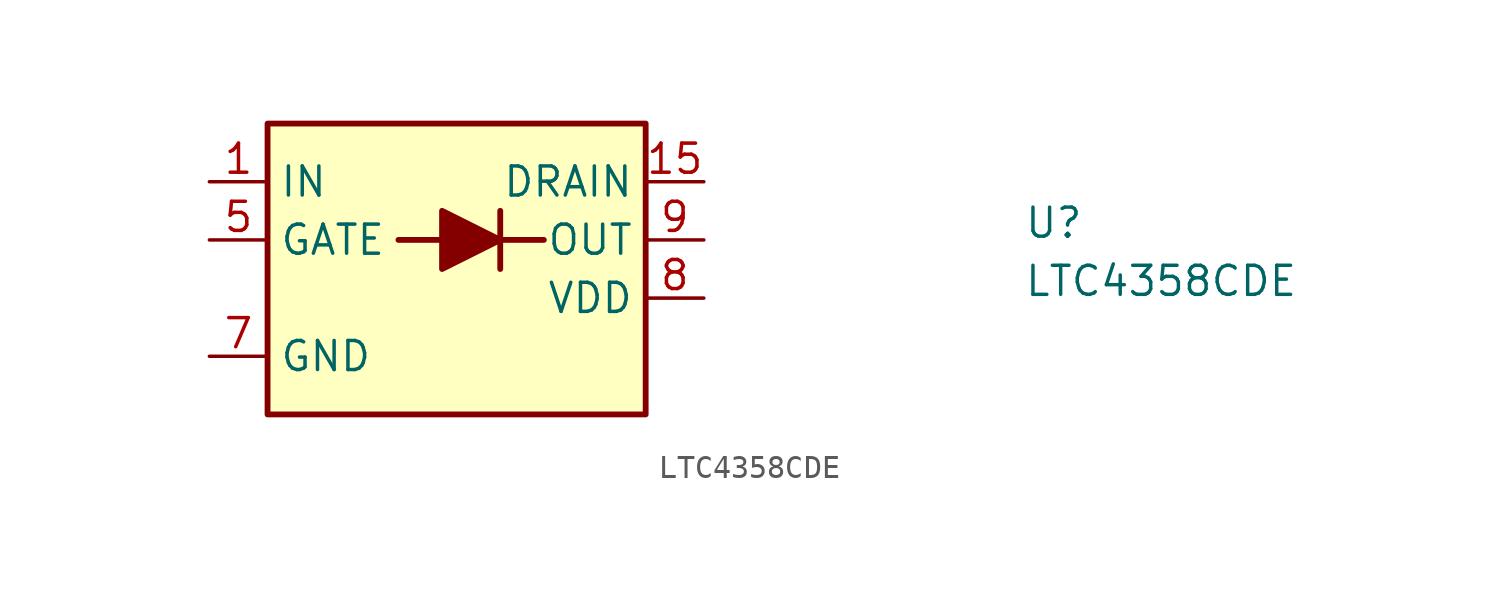
<source format=kicad_sym>
(kicad_symbol_lib
  (version 20211014)
  (generator kicad_symbol_editor)
  (symbol "LTC4358CDE"
    (property "Reference" "U"
      (at 35.56 -2.54 0)
      (effects (font (size 1.27 1.27) (thickness 0.15)) (justify left bottom)))
    (property "Value" "LTC4358CDE"
      (at 35.56 -5.08 0)
      (effects (font (size 1.27 1.27) (thickness 0.15)) (justify left bottom)))
    (symbol "LTC4358CDE_0_1"
      (polyline (pts (xy 8.255 -2.54) (xy 10.16 -2.54)) (stroke (width 0.254) (type default) (color 0 0 0 0)) (fill (type none)))
      (polyline (pts (xy 12.7 -2.54) (xy 14.605 -2.54)) (stroke (width 0.254) (type default) (color 0 0 0 0)) (fill (type none))))
    (symbol "LTC4358CDE_1_1"
      (polyline (pts (xy 12.7 -1.27) (xy 12.7 -3.81)) (stroke (width 0.254) (type default) (color 0 0 0 0)) (fill (type none)))
      (polyline (pts (xy 10.16 -1.27) (xy 10.16 -3.81) (xy 12.7 -2.54) (xy 10.16 -1.27)) (stroke (width 0.254) (type default) (color 0 0 0 0)) (fill (type outline)))
      (rectangle (start 2.54 2.54) (end 19.05 -10.16) (stroke (width 0.254) (type default) (color 0 0 0 0)) (fill (type background)))
      (pin input line (at 0 0 0) (length 2.54) (name "IN" (effects (font (size 1.27 1.27)))) (number "1" (effects (font (size 1.27 1.27)))))
      (pin no_connect line (at 19.05 -7.62 180) (length 2.54) hide (name "NC" (effects (font (size 1.27 1.27)))) (number "10" (effects (font (size 1.27 1.27)))))
      (pin passive line (at 0 0 0) (length 2.54) hide (name "IN" (effects (font (size 1.27 1.27)))) (number "11" (effects (font (size 1.27 1.27)))))
      (pin passive line (at 0 0 0) (length 2.54) hide (name "IN" (effects (font (size 1.27 1.27)))) (number "12" (effects (font (size 1.27 1.27)))))
      (pin passive line (at 0 0 0) (length 2.54) hide (name "IN" (effects (font (size 1.27 1.27)))) (number "13" (effects (font (size 1.27 1.27)))))
      (pin passive line (at 0 0 0) (length 2.54) hide (name "IN" (effects (font (size 1.27 1.27)))) (number "14" (effects (font (size 1.27 1.27)))))
      (pin power_out line (at 21.59 0 180) (length 2.54) (name "DRAIN" (effects (font (size 1.27 1.27)))) (number "15" (effects (font (size 1.27 1.27)))))
      (pin passive line (at 0 0 0) (length 2.54) hide (name "IN" (effects (font (size 1.27 1.27)))) (number "2" (effects (font (size 1.27 1.27)))))
      (pin passive line (at 0 0 0) (length 2.54) hide (name "IN" (effects (font (size 1.27 1.27)))) (number "3" (effects (font (size 1.27 1.27)))))
      (pin passive line (at 0 0 0) (length 2.54) hide (name "IN" (effects (font (size 1.27 1.27)))) (number "4" (effects (font (size 1.27 1.27)))))
      (pin output line (at 0 -2.54 0) (length 2.54) (name "GATE" (effects (font (size 1.27 1.27)))) (number "5" (effects (font (size 1.27 1.27)))))
      (pin no_connect line (at 2.54 -5.08 0) (length 2.54) hide (name "NC" (effects (font (size 1.27 1.27)))) (number "6" (effects (font (size 1.27 1.27)))))
      (pin power_in line (at 0 -7.62 0) (length 2.54) (name "GND" (effects (font (size 1.27 1.27)))) (number "7" (effects (font (size 1.27 1.27)))))
      (pin power_out line (at 21.59 -5.08 180) (length 2.54) (name "VDD" (effects (font (size 1.27 1.27)))) (number "8" (effects (font (size 1.27 1.27)))))
      (pin output line (at 21.59 -2.54 180) (length 2.54) (name "OUT" (effects (font (size 1.27 1.27)))) (number "9" (effects (font (size 1.27 1.27))))))))
</source>
